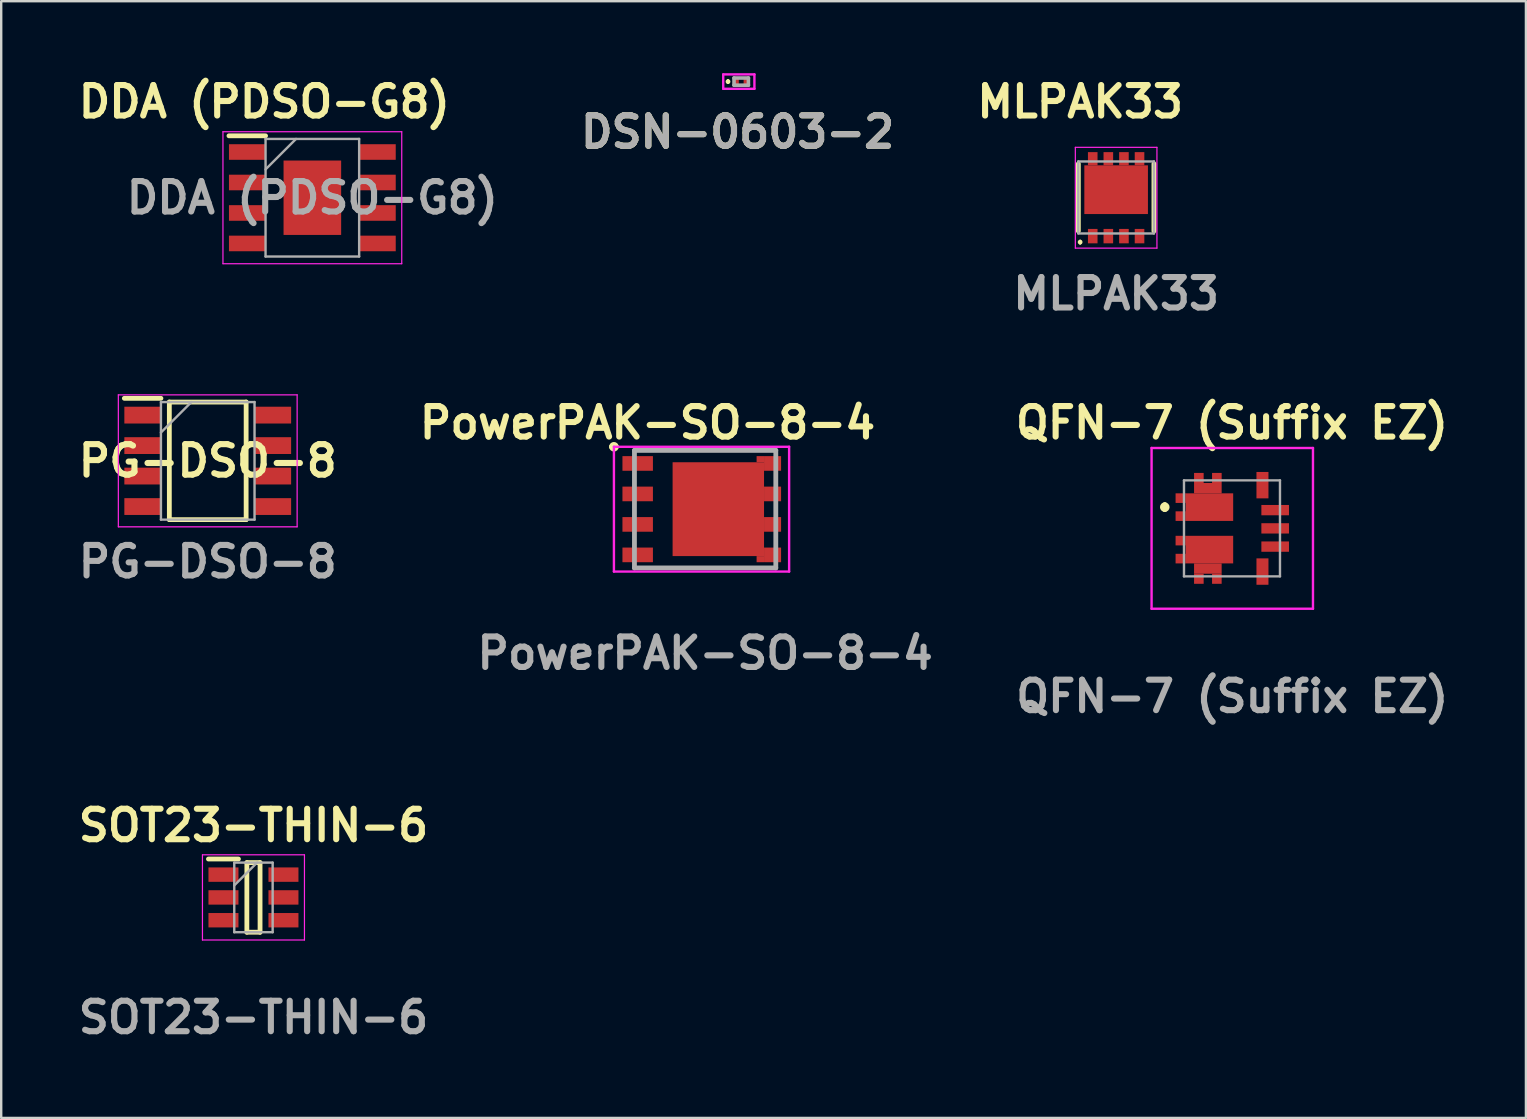
<source format=kicad_pcb>
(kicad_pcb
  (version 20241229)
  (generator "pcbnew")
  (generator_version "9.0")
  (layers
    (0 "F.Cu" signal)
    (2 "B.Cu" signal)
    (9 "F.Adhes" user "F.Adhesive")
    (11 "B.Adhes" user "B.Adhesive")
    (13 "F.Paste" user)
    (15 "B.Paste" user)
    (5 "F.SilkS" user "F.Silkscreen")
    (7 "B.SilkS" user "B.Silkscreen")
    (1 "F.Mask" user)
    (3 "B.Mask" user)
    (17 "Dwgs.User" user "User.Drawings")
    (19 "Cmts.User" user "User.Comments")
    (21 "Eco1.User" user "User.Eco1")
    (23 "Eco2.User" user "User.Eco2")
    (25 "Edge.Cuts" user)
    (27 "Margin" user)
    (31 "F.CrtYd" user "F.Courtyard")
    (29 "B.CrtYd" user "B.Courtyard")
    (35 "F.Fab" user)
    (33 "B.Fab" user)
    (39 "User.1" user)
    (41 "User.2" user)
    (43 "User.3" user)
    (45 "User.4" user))
  (footprint "MLPAK33"
    (layer "F.Cu")
    (at 43.457 5.189)
    (property "Reference" "MLPAK33" (at -1.5 -4 0) (layer "F.SilkS") (effects (font (size 1.27 1.27) (thickness 0.254))))
    (attr smd)
    (fp_line (start -1.575 -1.412) (end -1.575 1.387) (stroke (width 0.2) (type solid)) (layer "F.SilkS"))
    (fp_line (start -1.5 1.8) (end -1.5 1.8) (stroke (width 0.1) (type solid)) (layer "F.SilkS"))
    (fp_line (start -1.5 1.899) (end -1.5 1.899) (stroke (width 0.1) (type solid)) (layer "F.SilkS"))
    (fp_line (start 1.575 -1.412) (end 1.575 1.387) (stroke (width 0.2) (type solid)) (layer "F.SilkS"))
    (fp_arc (start -1.5 1.8) (mid -1.4505 1.8495) (end -1.5 1.899) (stroke (width 0.1) (type solid)) (layer "F.SilkS"))
    (fp_arc (start -1.5 1.899) (mid -1.5495 1.8495) (end -1.5 1.8) (stroke (width 0.1) (type solid)) (layer "F.SilkS"))
    (fp_line (start -1.7 -2.1) (end 1.7 -2.1) (stroke (width 0.05) (type default)) (layer "F.CrtYd"))
    (fp_line (start -1.7 2.1) (end -1.7 -2.1) (stroke (width 0.05) (type default)) (layer "F.CrtYd"))
    (fp_line (start 1.7 -2.1) (end 1.7 2.1) (stroke (width 0.05) (type default)) (layer "F.CrtYd"))
    (fp_line (start 1.7 2.1) (end -1.7 2.1) (stroke (width 0.05) (type default)) (layer "F.CrtYd"))
    (fp_line (start -1.575 -1.512) (end 1.575 -1.512) (stroke (width 0.1) (type solid)) (layer "F.Fab"))
    (fp_line (start -1.575 1.488) (end -1.575 -1.512) (stroke (width 0.1) (type solid)) (layer "F.Fab"))
    (fp_line (start 1.575 -1.512) (end 1.575 1.488) (stroke (width 0.1) (type solid)) (layer "F.Fab"))
    (fp_line (start 1.575 1.488) (end -1.575 1.488) (stroke (width 0.1) (type solid)) (layer "F.Fab"))
    (fp_text user "${REFERENCE}" (at 0 4 0) (layer "F.Fab") (effects (font (size 1.27 1.27) (thickness 0.254))))
    (pad "1" smd rect (at -0.975 1.6) (size 0.4 0.6) (layers "F.Cu" "F.Mask" "F.Paste"))
    (pad "2" smd rect (at -0.325 1.6) (size 0.4 0.6) (layers "F.Cu" "F.Mask" "F.Paste"))
    (pad "3" smd rect (at 0.325 1.6) (size 0.4 0.6) (layers "F.Cu" "F.Mask" "F.Paste"))
    (pad "4" smd rect (at 0.975 1.6) (size 0.4 0.6) (layers "F.Cu" "F.Mask" "F.Paste"))
    (pad "5" smd rect (at 0.975 -1.625) (size 0.4 0.55) (layers "F.Cu" "F.Mask" "F.Paste"))
    (pad "6" smd rect (at 0.325 -1.625) (size 0.4 0.55) (layers "F.Cu" "F.Mask" "F.Paste"))
    (pad "7" smd rect (at -0.325 -1.625) (size 0.4 0.55) (layers "F.Cu" "F.Mask" "F.Paste"))
    (pad "8" smd rect (at -0.975 -1.625) (size 0.4 0.55) (layers "F.Cu" "F.Mask" "F.Paste"))
    (pad "9" smd rect (at 0 -0.335 90) (size 2.03 2.65) (layers "F.Cu" "F.Mask" "F.Paste")))
  (footprint "PG-DSO-8"
    (layer "F.Cu")
    (at 5.606 16.152)
    (property "Reference" "PG-DSO-8" (at 0 0 0) (layer "F.SilkS") (effects (font (size 1.27 1.27) (thickness 0.254))))
    (attr smd)
    (fp_line (start -3.475 -2.605) (end -1.95 -2.605) (stroke (width 0.2) (type solid)) (layer "F.SilkS"))
    (fp_line (start -1.6 -2.45) (end 1.6 -2.45) (stroke (width 0.2) (type solid)) (layer "F.SilkS"))
    (fp_line (start -1.6 2.45) (end -1.6 -2.45) (stroke (width 0.2) (type solid)) (layer "F.SilkS"))
    (fp_line (start 1.6 -2.45) (end 1.6 2.45) (stroke (width 0.2) (type solid)) (layer "F.SilkS"))
    (fp_line (start 1.6 2.45) (end -1.6 2.45) (stroke (width 0.2) (type solid)) (layer "F.SilkS"))
    (fp_line (start -3.725 -2.75) (end 3.725 -2.75) (stroke (width 0.05) (type solid)) (layer "F.CrtYd"))
    (fp_line (start -3.725 2.75) (end -3.725 -2.75) (stroke (width 0.05) (type solid)) (layer "F.CrtYd"))
    (fp_line (start 3.725 -2.75) (end 3.725 2.75) (stroke (width 0.05) (type solid)) (layer "F.CrtYd"))
    (fp_line (start 3.725 2.75) (end -3.725 2.75) (stroke (width 0.05) (type solid)) (layer "F.CrtYd"))
    (fp_line (start -1.95 -2.45) (end 1.95 -2.45) (stroke (width 0.1) (type solid)) (layer "F.Fab"))
    (fp_line (start -1.95 -1.18) (end -0.68 -2.45) (stroke (width 0.1) (type solid)) (layer "F.Fab"))
    (fp_line (start -1.95 2.45) (end -1.95 -2.45) (stroke (width 0.1) (type solid)) (layer "F.Fab"))
    (fp_line (start 1.95 -2.45) (end 1.95 2.45) (stroke (width 0.1) (type solid)) (layer "F.Fab"))
    (fp_line (start 1.95 2.45) (end -1.95 2.45) (stroke (width 0.1) (type solid)) (layer "F.Fab"))
    (fp_text user "${REFERENCE}" (at 0 4.2 0) (layer "F.Fab") (effects (font (size 1.27 1.27) (thickness 0.254))))
    (pad "1" smd rect (at -2.712 -1.905 90) (size 0.7 1.525) (layers "F.Cu" "F.Mask" "F.Paste"))
    (pad "2" smd rect (at -2.712 -0.635 90) (size 0.7 1.525) (layers "F.Cu" "F.Mask" "F.Paste"))
    (pad "3" smd rect (at -2.712 0.635 90) (size 0.7 1.525) (layers "F.Cu" "F.Mask" "F.Paste"))
    (pad "4" smd rect (at -2.712 1.905 90) (size 0.7 1.525) (layers "F.Cu" "F.Mask" "F.Paste"))
    (pad "5" smd rect (at 2.712 1.905 90) (size 0.7 1.525) (layers "F.Cu" "F.Mask" "F.Paste"))
    (pad "6" smd rect (at 2.712 0.635 90) (size 0.7 1.525) (layers "F.Cu" "F.Mask" "F.Paste"))
    (pad "7" smd rect (at 2.712 -0.635 90) (size 0.7 1.525) (layers "F.Cu" "F.Mask" "F.Paste"))
    (pad "8" smd rect (at 2.712 -1.905 90) (size 0.7 1.525) (layers "F.Cu" "F.Mask" "F.Paste")))
  (footprint "DSN-0603-2"
    (layer "F.Cu")
    (at 27.685 0.35)
    (property "Reference" "DSN-0603-2" (at 0 2.1 0) (layer "F.SilkS") (effects (font (size 1.27 1.27) (thickness 0.254))))
    (attr smd)
    (fp_line (start -0.4 -0.05) (end -0.4 -0.05) (stroke (width 0.1) (type solid)) (layer "F.SilkS"))
    (fp_line (start -0.4 0.05) (end -0.4 0.05) (stroke (width 0.1) (type solid)) (layer "F.SilkS"))
    (fp_arc (start -0.4 -0.05) (mid -0.35 0) (end -0.4 0.05) (stroke (width 0.1) (type solid)) (layer "F.SilkS"))
    (fp_arc (start -0.4 0.05) (mid -0.45 0) (end -0.4 -0.05) (stroke (width 0.1) (type solid)) (layer "F.SilkS"))
    (fp_line (start -0.6 -0.3) (end 0.7 -0.3) (stroke (width 0.1) (type solid)) (layer "F.CrtYd"))
    (fp_line (start -0.6 0.3) (end -0.6 -0.3) (stroke (width 0.1) (type solid)) (layer "F.CrtYd"))
    (fp_line (start 0.7 -0.3) (end 0.7 0.3) (stroke (width 0.1) (type solid)) (layer "F.CrtYd"))
    (fp_line (start 0.7 0.3) (end -0.6 0.3) (stroke (width 0.1) (type solid)) (layer "F.CrtYd"))
    (fp_line (start -0.15 -0.15) (end 0.45 -0.15) (stroke (width 0.15) (type solid)) (layer "F.Fab"))
    (fp_line (start -0.15 0.15) (end -0.15 -0.15) (stroke (width 0.15) (type solid)) (layer "F.Fab"))
    (fp_line (start 0.45 -0.15) (end 0.45 0.15) (stroke (width 0.15) (type solid)) (layer "F.Fab"))
    (fp_line (start 0.45 0.15) (end -0.15 0.15) (stroke (width 0.15) (type solid)) (layer "F.Fab"))
    (fp_text user "${REFERENCE}" (at 0 2.1 0) (layer "F.Fab") (effects (font (size 1.27 1.27) (thickness 0.254))))
    (pad "1" smd rect (at -0.05 0) (size 0.2 0.28) (layers "F.Cu" "F.Mask" "F.Paste"))
    (pad "2" smd rect (at 0.35 0) (size 0.2 0.28) (layers "F.Cu" "F.Mask" "F.Paste")))
  (footprint "SOT23-THIN-6"
    (layer "F.Cu")
    (at 7.511 34.344)
    (property "Reference" "SOT23-THIN-6" (at 0 -3 0) (layer "F.SilkS") (effects (font (size 1.27 1.27) (thickness 0.254))))
    (attr smd)
    (fp_line (start -1.875 -1.6) (end -0.625 -1.6) (stroke (width 0.2) (type solid)) (layer "F.SilkS"))
    (fp_line (start -0.275 -1.45) (end 0.275 -1.45) (stroke (width 0.2) (type solid)) (layer "F.SilkS"))
    (fp_line (start -0.275 1.45) (end -0.275 -1.45) (stroke (width 0.2) (type solid)) (layer "F.SilkS"))
    (fp_line (start 0.275 -1.45) (end 0.275 1.45) (stroke (width 0.2) (type solid)) (layer "F.SilkS"))
    (fp_line (start 0.275 1.45) (end -0.275 1.45) (stroke (width 0.2) (type solid)) (layer "F.SilkS"))
    (fp_line (start -2.125 -1.775) (end 2.125 -1.775) (stroke (width 0.05) (type solid)) (layer "F.CrtYd"))
    (fp_line (start -2.125 1.775) (end -2.125 -1.775) (stroke (width 0.05) (type solid)) (layer "F.CrtYd"))
    (fp_line (start 2.125 -1.775) (end 2.125 1.775) (stroke (width 0.05) (type solid)) (layer "F.CrtYd"))
    (fp_line (start 2.125 1.775) (end -2.125 1.775) (stroke (width 0.05) (type solid)) (layer "F.CrtYd"))
    (fp_line (start -0.8 -1.45) (end 0.8 -1.45) (stroke (width 0.1) (type solid)) (layer "F.Fab"))
    (fp_line (start -0.8 -0.5) (end 0.15 -1.45) (stroke (width 0.1) (type solid)) (layer "F.Fab"))
    (fp_line (start -0.8 1.45) (end -0.8 -1.45) (stroke (width 0.1) (type solid)) (layer "F.Fab"))
    (fp_line (start 0.8 -1.45) (end 0.8 1.45) (stroke (width 0.1) (type solid)) (layer "F.Fab"))
    (fp_line (start 0.8 1.45) (end -0.8 1.45) (stroke (width 0.1) (type solid)) (layer "F.Fab"))
    (fp_text user "${REFERENCE}" (at 0 5 0) (layer "F.Fab") (effects (font (size 1.27 1.27) (thickness 0.254))))
    (pad "1" smd rect (at -1.25 -0.95 90) (size 0.6 1.25) (layers "F.Cu" "F.Mask" "F.Paste"))
    (pad "2" smd rect (at -1.25 0 90) (size 0.6 1.25) (layers "F.Cu" "F.Mask" "F.Paste"))
    (pad "3" smd rect (at -1.25 0.95 90) (size 0.6 1.25) (layers "F.Cu" "F.Mask" "F.Paste"))
    (pad "4" smd rect (at 1.25 0.95 90) (size 0.6 1.25) (layers "F.Cu" "F.Mask" "F.Paste"))
    (pad "5" smd rect (at 1.25 0 90) (size 0.6 1.25) (layers "F.Cu" "F.Mask" "F.Paste"))
    (pad "6" smd rect (at 1.25 -0.95 90) (size 0.6 1.25) (layers "F.Cu" "F.Mask" "F.Paste")))
  (footprint "QFN-7 (Suffix EZ)"
    (layer "F.Cu")
    (at 48.284 18.966)
    (property "Reference" "QFN-7 (Suffix EZ)" (at 0 -4.4 0) (layer "F.SilkS") (effects (font (size 1.27 1.27) (thickness 0.254))))
    (attr smd)
    (fp_line (start -2.8 -0.985) (end -2.8 -0.985) (stroke (width 0.2) (type solid)) (layer "F.SilkS"))
    (fp_line (start -2.8 -0.785) (end -2.8 -0.785) (stroke (width 0.2) (type solid)) (layer "F.SilkS"))
    (fp_arc (start -2.8 -0.985) (mid -2.7 -0.885) (end -2.8 -0.785) (stroke (width 0.2) (type solid)) (layer "F.SilkS"))
    (fp_arc (start -2.8 -0.785) (mid -2.9 -0.885) (end -2.8 -0.985) (stroke (width 0.2) (type solid)) (layer "F.SilkS"))
    (fp_line (start -3.35 -3.35) (end 3.375 -3.35) (stroke (width 0.1) (type solid)) (layer "F.CrtYd"))
    (fp_line (start -3.35 3.35) (end -3.35 -3.35) (stroke (width 0.1) (type solid)) (layer "F.CrtYd"))
    (fp_line (start 3.375 -3.35) (end 3.375 3.35) (stroke (width 0.1) (type solid)) (layer "F.CrtYd"))
    (fp_line (start 3.375 3.35) (end -3.35 3.35) (stroke (width 0.1) (type solid)) (layer "F.CrtYd"))
    (fp_line (start -2 -2) (end 2 -2) (stroke (width 0.1) (type solid)) (layer "F.Fab"))
    (fp_line (start -2 2) (end -2 -2) (stroke (width 0.1) (type solid)) (layer "F.Fab"))
    (fp_line (start 2 -2) (end 2 2) (stroke (width 0.1) (type solid)) (layer "F.Fab"))
    (fp_line (start 2 2) (end -2 2) (stroke (width 0.1) (type solid)) (layer "F.Fab"))
    (fp_text user "${REFERENCE}" (at 0.013 7 0) (layer "F.Fab") (effects (font (size 1.27 1.27) (thickness 0.254))))
    (pad "1" smd rect (at -0.94 -0.885 90) (size 1.15 1.98) (layers "F.Cu" "F.Mask" "F.Paste"))
    (pad "2" smd rect (at -0.94 0.885 90) (size 1.15 1.98) (layers "F.Cu" "F.Mask" "F.Paste"))
    (pad "3" smd rect (at 1.27 1.8) (size 0.5 1.1) (layers "F.Cu" "F.Mask" "F.Paste"))
    (pad "4" smd rect (at 1.8 0.76 90) (size 0.43 1.15) (layers "F.Cu" "F.Mask" "F.Paste"))
    (pad "5" smd rect (at 1.8 0 90) (size 0.43 1.15) (layers "F.Cu" "F.Mask" "F.Paste"))
    (pad "6" smd rect (at 1.8 -0.76 90) (size 0.43 1.15) (layers "F.Cu" "F.Mask" "F.Paste"))
    (pad "7" smd rect (at 1.27 -1.8) (size 0.5 1.1) (layers "F.Cu" "F.Mask" "F.Paste"))
    (pad "8" smd rect (at -0.63 -2.1) (size 0.4 0.42) (layers "F.Cu" "F.Mask" "F.Paste"))
    (pad "9" smd rect (at -1.005 -1.675 90) (size 0.43 1.15) (layers "F.Cu" "F.Mask" "F.Paste"))
    (pad "10" smd rect (at -1.38 -2.1) (size 0.4 0.42) (layers "F.Cu" "F.Mask" "F.Paste"))
    (pad "11" smd rect (at -2.14 -1.26 90) (size 0.4 0.42) (layers "F.Cu" "F.Mask" "F.Paste"))
    (pad "12" smd rect (at -2.14 -0.51 90) (size 0.4 0.42) (layers "F.Cu" "F.Mask" "F.Paste"))
    (pad "13" smd rect (at -2.14 0.51 90) (size 0.4 0.42) (layers "F.Cu" "F.Mask" "F.Paste"))
    (pad "14" smd rect (at -2.14 1.26 90) (size 0.4 0.42) (layers "F.Cu" "F.Mask" "F.Paste"))
    (pad "15" smd rect (at -1.38 2.1) (size 0.4 0.42) (layers "F.Cu" "F.Mask" "F.Paste"))
    (pad "16" smd rect (at -1.005 1.675 90) (size 0.43 1.15) (layers "F.Cu" "F.Mask" "F.Paste"))
    (pad "17" smd rect (at -0.63 2.1) (size 0.4 0.42) (layers "F.Cu" "F.Mask" "F.Paste")))
  (footprint "DDA (PDSO-G8)"
    (layer "F.Cu")
    (at 9.965 5.189)
    (property "Reference" "DDA (PDSO-G8)" (at -2 -4 0) (layer "F.SilkS") (effects (font (size 1.27 1.27) (thickness 0.254))))
    (attr smd)
    (fp_line (start -3.475 -2.58) (end -1.95 -2.58) (stroke (width 0.2) (type solid)) (layer "F.SilkS"))
    (fp_line (start -3.725 -2.75) (end 3.725 -2.75) (stroke (width 0.05) (type solid)) (layer "F.CrtYd"))
    (fp_line (start -3.725 2.75) (end -3.725 -2.75) (stroke (width 0.05) (type solid)) (layer "F.CrtYd"))
    (fp_line (start 3.725 -2.75) (end 3.725 2.75) (stroke (width 0.05) (type solid)) (layer "F.CrtYd"))
    (fp_line (start 3.725 2.75) (end -3.725 2.75) (stroke (width 0.05) (type solid)) (layer "F.CrtYd"))
    (fp_line (start -1.95 -2.45) (end 1.95 -2.45) (stroke (width 0.1) (type solid)) (layer "F.Fab"))
    (fp_line (start -1.95 -1.18) (end -0.68 -2.45) (stroke (width 0.1) (type solid)) (layer "F.Fab"))
    (fp_line (start -1.95 2.45) (end -1.95 -2.45) (stroke (width 0.1) (type solid)) (layer "F.Fab"))
    (fp_line (start 1.95 -2.45) (end 1.95 2.45) (stroke (width 0.1) (type solid)) (layer "F.Fab"))
    (fp_line (start 1.95 2.45) (end -1.95 2.45) (stroke (width 0.1) (type solid)) (layer "F.Fab"))
    (fp_text user "${REFERENCE}" (at 0 0 0) (layer "F.Fab") (effects (font (size 1.27 1.27) (thickness 0.254))))
    (pad "1" smd rect (at -2.712 -1.905 90) (size 0.65 1.525) (layers "F.Cu" "F.Mask" "F.Paste"))
    (pad "2" smd rect (at -2.712 -0.635 90) (size 0.65 1.525) (layers "F.Cu" "F.Mask" "F.Paste"))
    (pad "3" smd rect (at -2.712 0.635 90) (size 0.65 1.525) (layers "F.Cu" "F.Mask" "F.Paste"))
    (pad "4" smd rect (at -2.712 1.905 90) (size 0.65 1.525) (layers "F.Cu" "F.Mask" "F.Paste"))
    (pad "5" smd rect (at 2.712 1.905 90) (size 0.65 1.525) (layers "F.Cu" "F.Mask" "F.Paste"))
    (pad "6" smd rect (at 2.712 0.635 90) (size 0.65 1.525) (layers "F.Cu" "F.Mask" "F.Paste"))
    (pad "7" smd rect (at 2.712 -0.635 90) (size 0.65 1.525) (layers "F.Cu" "F.Mask" "F.Paste"))
    (pad "8" smd rect (at 2.712 -1.905 90) (size 0.65 1.525) (layers "F.Cu" "F.Mask" "F.Paste"))
    (pad "9" smd rect (at 0 0) (size 2.4 3.1) (layers "F.Cu" "F.Mask" "F.Paste")))
  (footprint "PowerPAK-SO-8-4"
    (layer "F.Cu")
    (at 26.331 18.166)
    (property "Reference" "PowerPAK-SO-8-4" (at -2.4 -3.6 0) (layer "F.SilkS") (effects (font (size 1.27 1.27) (thickness 0.254))))
    (attr smd)
    (fp_line (start -3.9 -2.6) (end -3.9 -2.6) (stroke (width 0.2) (type solid)) (layer "F.SilkS"))
    (fp_line (start -3.7 -2.6) (end -3.7 -2.6) (stroke (width 0.2) (type solid)) (layer "F.SilkS"))
    (fp_line (start -2.81 -2.45) (end 2.945 -2.45) (stroke (width 0.1) (type solid)) (layer "F.SilkS"))
    (fp_line (start -2.81 2.45) (end 2.945 2.45) (stroke (width 0.1) (type solid)) (layer "F.SilkS"))
    (fp_arc (start -3.9 -2.6) (mid -3.8 -2.7) (end -3.7 -2.6) (stroke (width 0.2) (type solid)) (layer "F.SilkS"))
    (fp_arc (start -3.7 -2.6) (mid -3.8 -2.5) (end -3.9 -2.6) (stroke (width 0.2) (type solid)) (layer "F.SilkS"))
    (fp_line (start -3.8 -2.6) (end 3.5 -2.6) (stroke (width 0.1) (type solid)) (layer "F.CrtYd"))
    (fp_line (start -3.8 2.6) (end -3.8 -2.6) (stroke (width 0.1) (type solid)) (layer "F.CrtYd"))
    (fp_line (start 3.5 -2.6) (end 3.5 2.6) (stroke (width 0.1) (type solid)) (layer "F.CrtYd"))
    (fp_line (start 3.5 2.6) (end -3.8 2.6) (stroke (width 0.1) (type solid)) (layer "F.CrtYd"))
    (fp_line (start -2.945 -2.45) (end 2.945 -2.45) (stroke (width 0.2) (type solid)) (layer "F.Fab"))
    (fp_line (start -2.945 2.45) (end -2.945 -2.45) (stroke (width 0.2) (type solid)) (layer "F.Fab"))
    (fp_line (start 2.945 -2.45) (end 2.945 2.45) (stroke (width 0.2) (type solid)) (layer "F.Fab"))
    (fp_line (start 2.945 2.45) (end -2.945 2.45) (stroke (width 0.2) (type solid)) (layer "F.Fab"))
    (fp_text user "${REFERENCE}" (at 0 6 0) (layer "F.Fab") (effects (font (size 1.27 1.27) (thickness 0.254))))
    (pad "1" smd rect (at -2.81 -1.905 90) (size 0.61 1.27) (layers "F.Cu" "F.Mask" "F.Paste"))
    (pad "2" smd rect (at -2.81 -0.635 90) (size 0.61 1.27) (layers "F.Cu" "F.Mask" "F.Paste"))
    (pad "3" smd rect (at -2.81 0.635 90) (size 0.61 1.27) (layers "F.Cu" "F.Mask" "F.Paste"))
    (pad "4" smd rect (at -2.81 1.905 90) (size 0.61 1.27) (layers "F.Cu" "F.Mask" "F.Paste"))
    (pad "5" smd rect (at 0.55 0) (size 3.81 3.91) (layers "F.Cu" "F.Mask" "F.Paste"))
    (pad "5" smd rect (at 2.3 -2.083 90) (size 0.255 0.31) (layers "F.Cu" "F.Mask" "F.Paste"))
    (pad "5" smd rect (at 2.3 2.083 90) (size 0.255 0.31) (layers "F.Cu" "F.Mask" "F.Paste"))
    (pad "5" smd rect (at 2.81 -1.905 90) (size 0.61 0.71) (layers "F.Cu" "F.Mask" "F.Paste"))
    (pad "6" smd rect (at 2.81 -0.635 90) (size 0.61 0.71) (layers "F.Cu" "F.Mask" "F.Paste"))
    (pad "7" smd rect (at 2.81 0.635 90) (size 0.61 0.71) (layers "F.Cu" "F.Mask" "F.Paste"))
    (pad "8" smd rect (at 2.81 1.905 90) (size 0.61 0.71) (layers "F.Cu" "F.Mask" "F.Paste")))
  (gr_rect
    (start -3 -3)
    (end 60.532 43.532)
    (stroke (width 0.1) (type default))
    (fill no)
    (layer "Edge.Cuts")))
</source>
